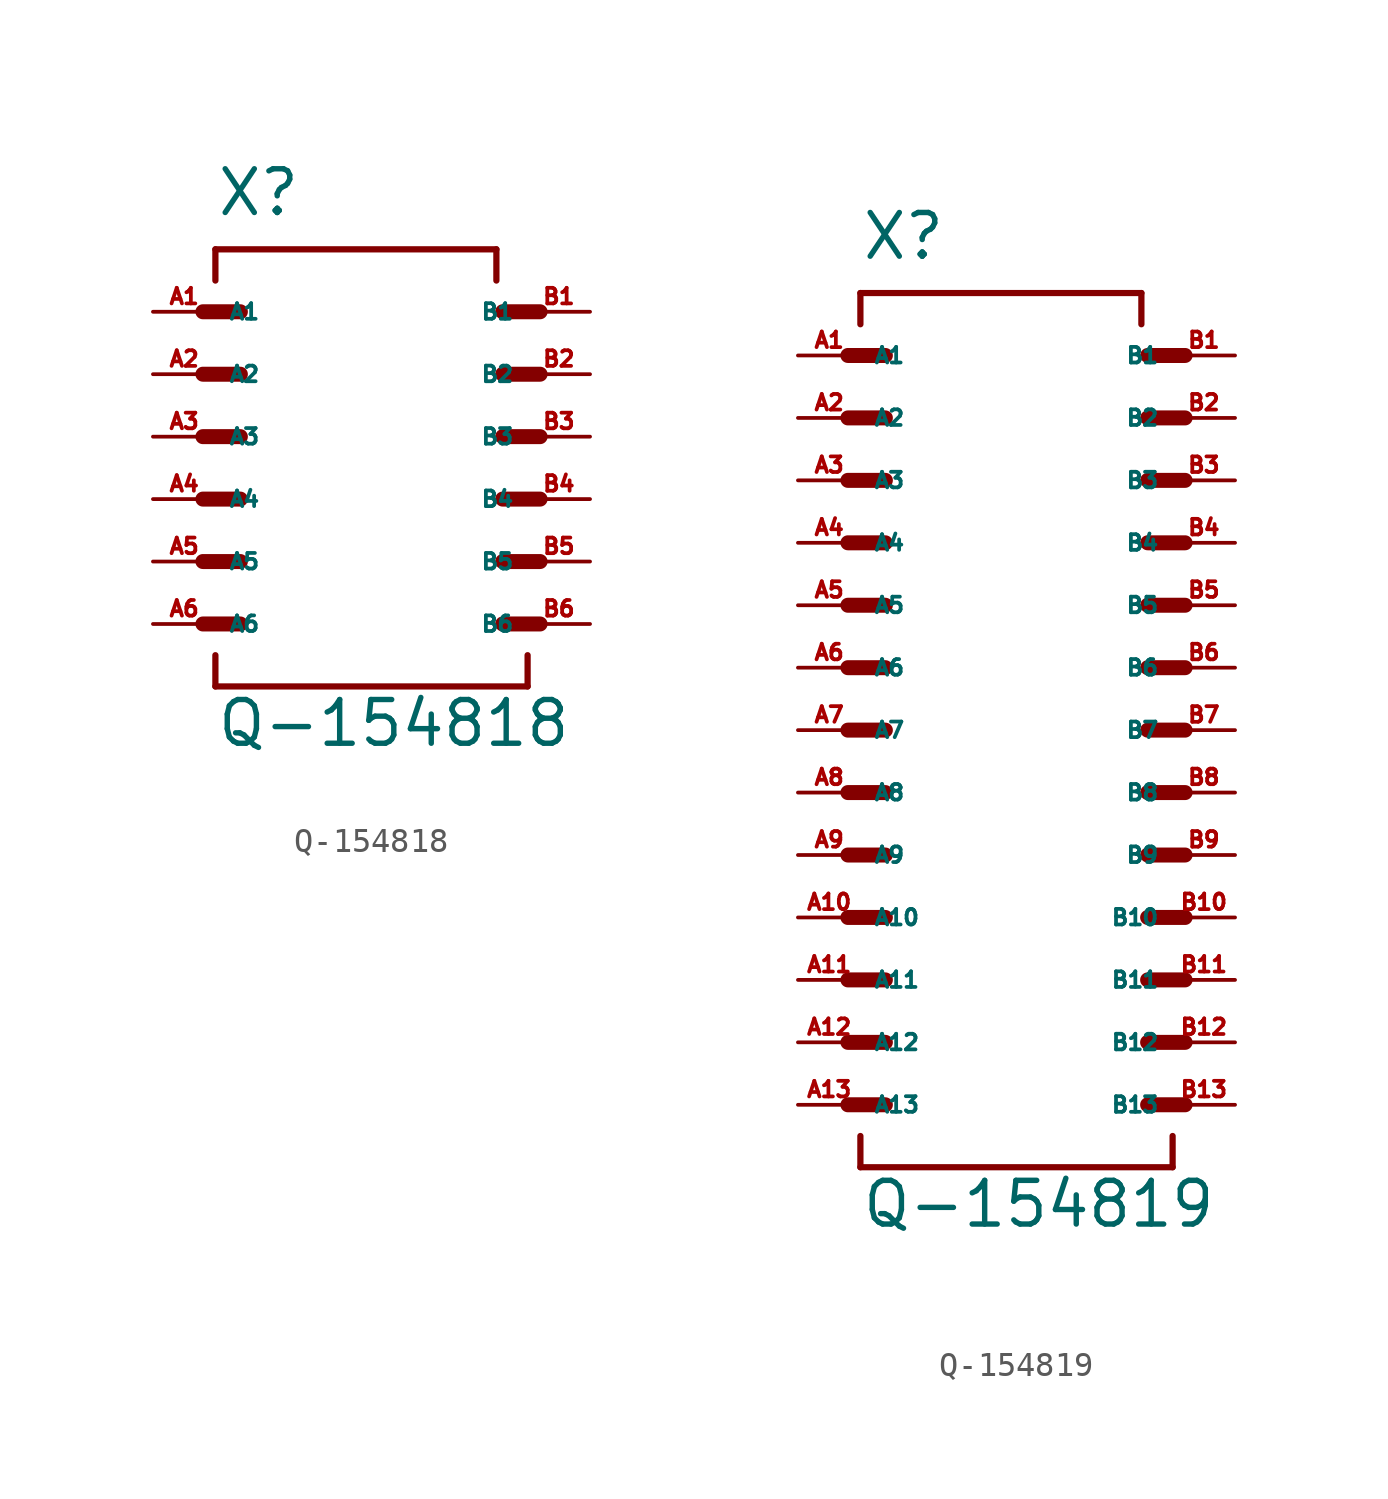
<source format=kicad_sym>
(kicad_symbol_lib
  (version 20220914)
  (generator Eagle2Kicad)
  (symbol "Q-154818"
    (property "Reference" "X"
      (at -5.08 8.89 0)
      (effects (font (size 1.778 1.778) (thickness 0.22)) (justify left bottom)))
    (property "Value" "Q-154818"
      (at -5.08 -12.7 0)
      (effects (font (size 1.778 1.778) (thickness 0.22)) (justify left bottom)))
    (polyline
      (pts (xy -5.588 5.08) (xy -4.064 5.08))
      (stroke (width 0.61) (type default))
      (fill (type none)))
    (polyline
      (pts (xy -5.588 2.54) (xy -4.064 2.54))
      (stroke (width 0.61) (type default))
      (fill (type none)))
    (polyline
      (pts (xy -5.588 0) (xy -4.064 0))
      (stroke (width 0.61) (type default))
      (fill (type none)))
    (polyline
      (pts (xy -5.588 -2.54) (xy -4.064 -2.54))
      (stroke (width 0.61) (type default))
      (fill (type none)))
    (polyline
      (pts (xy -5.588 -5.08) (xy -4.064 -5.08))
      (stroke (width 0.61) (type default))
      (fill (type none)))
    (polyline
      (pts (xy -5.588 -7.62) (xy -4.064 -7.62))
      (stroke (width 0.61) (type default))
      (fill (type none)))
    (polyline
      (pts (xy 8.128 -7.62) (xy 6.604 -7.62))
      (stroke (width 0.61) (type default))
      (fill (type none)))
    (polyline
      (pts (xy 8.128 -5.08) (xy 6.604 -5.08))
      (stroke (width 0.61) (type default))
      (fill (type none)))
    (polyline
      (pts (xy 8.128 -2.54) (xy 6.604 -2.54))
      (stroke (width 0.61) (type default))
      (fill (type none)))
    (polyline
      (pts (xy 8.128 0) (xy 6.604 0))
      (stroke (width 0.61) (type default))
      (fill (type none)))
    (polyline
      (pts (xy 8.128 2.54) (xy 6.604 2.54))
      (stroke (width 0.61) (type default))
      (fill (type none)))
    (polyline
      (pts (xy 8.128 5.08) (xy 6.604 5.08))
      (stroke (width 0.61) (type default))
      (fill (type none)))
    (polyline
      (pts (xy -5.08 6.35) (xy -5.08 7.62))
      (stroke (width 0.254) (type default))
      (fill (type none)))
    (polyline
      (pts (xy -5.08 7.62) (xy 6.35 7.62))
      (stroke (width 0.254) (type default))
      (fill (type none)))
    (polyline
      (pts (xy 6.35 7.62) (xy 6.35 6.35))
      (stroke (width 0.254) (type default))
      (fill (type none)))
    (polyline
      (pts (xy -5.08 -8.89) (xy -5.08 -10.16))
      (stroke (width 0.254) (type default))
      (fill (type none)))
    (polyline
      (pts (xy -5.08 -10.16) (xy 7.62 -10.16))
      (stroke (width 0.254) (type default))
      (fill (type none)))
    (polyline
      (pts (xy 7.62 -10.16) (xy 7.62 -8.89))
      (stroke (width 0.254) (type default))
      (fill (type none)))
    (pin passive line
      (at -7.62 5.08 0)
      (length 2.54)
      (name "A1" (effects (font (size 0.635 0.635) (thickness 0.08)) (justify left bottom)))
      (number "A1" (effects (font (size 0.635 0.635) (thickness 0.08)) (justify left bottom))))
    (pin passive line
      (at -7.62 2.54 0)
      (length 2.54)
      (name "A2" (effects (font (size 0.635 0.635) (thickness 0.08)) (justify left bottom)))
      (number "A2" (effects (font (size 0.635 0.635) (thickness 0.08)) (justify left bottom))))
    (pin passive line
      (at -7.62 0 0)
      (length 2.54)
      (name "A3" (effects (font (size 0.635 0.635) (thickness 0.08)) (justify left bottom)))
      (number "A3" (effects (font (size 0.635 0.635) (thickness 0.08)) (justify left bottom))))
    (pin passive line
      (at -7.62 -2.54 0)
      (length 2.54)
      (name "A4" (effects (font (size 0.635 0.635) (thickness 0.08)) (justify left bottom)))
      (number "A4" (effects (font (size 0.635 0.635) (thickness 0.08)) (justify left bottom))))
    (pin passive line
      (at -7.62 -5.08 0)
      (length 2.54)
      (name "A5" (effects (font (size 0.635 0.635) (thickness 0.08)) (justify left bottom)))
      (number "A5" (effects (font (size 0.635 0.635) (thickness 0.08)) (justify left bottom))))
    (pin passive line
      (at -7.62 -7.62 0)
      (length 2.54)
      (name "A6" (effects (font (size 0.635 0.635) (thickness 0.08)) (justify left bottom)))
      (number "A6" (effects (font (size 0.635 0.635) (thickness 0.08)) (justify left bottom))))
    (pin passive line
      (at 10.16 5.08 180)
      (length 2.54)
      (name "B1" (effects (font (size 0.635 0.635) (thickness 0.08)) (justify left bottom)))
      (number "B1" (effects (font (size 0.635 0.635) (thickness 0.08)) (justify left bottom))))
    (pin passive line
      (at 10.16 2.54 180)
      (length 2.54)
      (name "B2" (effects (font (size 0.635 0.635) (thickness 0.08)) (justify left bottom)))
      (number "B2" (effects (font (size 0.635 0.635) (thickness 0.08)) (justify left bottom))))
    (pin passive line
      (at 10.16 0 180)
      (length 2.54)
      (name "B3" (effects (font (size 0.635 0.635) (thickness 0.08)) (justify left bottom)))
      (number "B3" (effects (font (size 0.635 0.635) (thickness 0.08)) (justify left bottom))))
    (pin passive line
      (at 10.16 -2.54 180)
      (length 2.54)
      (name "B4" (effects (font (size 0.635 0.635) (thickness 0.08)) (justify left bottom)))
      (number "B4" (effects (font (size 0.635 0.635) (thickness 0.08)) (justify left bottom))))
    (pin passive line
      (at 10.16 -5.08 180)
      (length 2.54)
      (name "B5" (effects (font (size 0.635 0.635) (thickness 0.08)) (justify left bottom)))
      (number "B5" (effects (font (size 0.635 0.635) (thickness 0.08)) (justify left bottom))))
    (pin passive line
      (at 10.16 -7.62 180)
      (length 2.54)
      (name "B6" (effects (font (size 0.635 0.635) (thickness 0.08)) (justify left bottom)))
      (number "B6" (effects (font (size 0.635 0.635) (thickness 0.08)) (justify left bottom)))))
  (symbol "Q-154819"
    (property "Reference" "X"
      (at -5.08 19.05 0)
      (effects (font (size 1.778 1.778) (thickness 0.22)) (justify left bottom)))
    (property "Value" "Q-154819"
      (at -5.08 -20.32 0)
      (effects (font (size 1.778 1.778) (thickness 0.22)) (justify left bottom)))
    (polyline
      (pts (xy -5.588 15.24) (xy -4.064 15.24))
      (stroke (width 0.61) (type default))
      (fill (type none)))
    (polyline
      (pts (xy -5.588 12.7) (xy -4.064 12.7))
      (stroke (width 0.61) (type default))
      (fill (type none)))
    (polyline
      (pts (xy -5.588 10.16) (xy -4.064 10.16))
      (stroke (width 0.61) (type default))
      (fill (type none)))
    (polyline
      (pts (xy -5.588 7.62) (xy -4.064 7.62))
      (stroke (width 0.61) (type default))
      (fill (type none)))
    (polyline
      (pts (xy -5.588 5.08) (xy -4.064 5.08))
      (stroke (width 0.61) (type default))
      (fill (type none)))
    (polyline
      (pts (xy -5.588 2.54) (xy -4.064 2.54))
      (stroke (width 0.61) (type default))
      (fill (type none)))
    (polyline
      (pts (xy 8.128 2.54) (xy 6.604 2.54))
      (stroke (width 0.61) (type default))
      (fill (type none)))
    (polyline
      (pts (xy 8.128 5.08) (xy 6.604 5.08))
      (stroke (width 0.61) (type default))
      (fill (type none)))
    (polyline
      (pts (xy 8.128 7.62) (xy 6.604 7.62))
      (stroke (width 0.61) (type default))
      (fill (type none)))
    (polyline
      (pts (xy 8.128 10.16) (xy 6.604 10.16))
      (stroke (width 0.61) (type default))
      (fill (type none)))
    (polyline
      (pts (xy 8.128 12.7) (xy 6.604 12.7))
      (stroke (width 0.61) (type default))
      (fill (type none)))
    (polyline
      (pts (xy 8.128 15.24) (xy 6.604 15.24))
      (stroke (width 0.61) (type default))
      (fill (type none)))
    (polyline
      (pts (xy -5.08 16.51) (xy -5.08 17.78))
      (stroke (width 0.254) (type default))
      (fill (type none)))
    (polyline
      (pts (xy -5.08 17.78) (xy 6.35 17.78))
      (stroke (width 0.254) (type default))
      (fill (type none)))
    (polyline
      (pts (xy 6.35 17.78) (xy 6.35 16.51))
      (stroke (width 0.254) (type default))
      (fill (type none)))
    (polyline
      (pts (xy -5.08 -16.51) (xy -5.08 -17.78))
      (stroke (width 0.254) (type default))
      (fill (type none)))
    (polyline
      (pts (xy -5.08 -17.78) (xy 7.62 -17.78))
      (stroke (width 0.254) (type default))
      (fill (type none)))
    (polyline
      (pts (xy 7.62 -17.78) (xy 7.62 -16.51))
      (stroke (width 0.254) (type default))
      (fill (type none)))
    (polyline
      (pts (xy -5.588 0) (xy -4.064 0))
      (stroke (width 0.61) (type default))
      (fill (type none)))
    (polyline
      (pts (xy -5.588 -2.54) (xy -4.064 -2.54))
      (stroke (width 0.61) (type default))
      (fill (type none)))
    (polyline
      (pts (xy -5.588 -5.08) (xy -4.064 -5.08))
      (stroke (width 0.61) (type default))
      (fill (type none)))
    (polyline
      (pts (xy -5.588 -7.62) (xy -4.064 -7.62))
      (stroke (width 0.61) (type default))
      (fill (type none)))
    (polyline
      (pts (xy -5.588 -10.16) (xy -4.064 -10.16))
      (stroke (width 0.61) (type default))
      (fill (type none)))
    (polyline
      (pts (xy -5.588 -12.7) (xy -4.064 -12.7))
      (stroke (width 0.61) (type default))
      (fill (type none)))
    (polyline
      (pts (xy 8.128 -12.7) (xy 6.604 -12.7))
      (stroke (width 0.61) (type default))
      (fill (type none)))
    (polyline
      (pts (xy 8.128 -10.16) (xy 6.604 -10.16))
      (stroke (width 0.61) (type default))
      (fill (type none)))
    (polyline
      (pts (xy 8.128 -7.62) (xy 6.604 -7.62))
      (stroke (width 0.61) (type default))
      (fill (type none)))
    (polyline
      (pts (xy 8.128 -5.08) (xy 6.604 -5.08))
      (stroke (width 0.61) (type default))
      (fill (type none)))
    (polyline
      (pts (xy 8.128 -2.54) (xy 6.604 -2.54))
      (stroke (width 0.61) (type default))
      (fill (type none)))
    (polyline
      (pts (xy 8.128 0) (xy 6.604 0))
      (stroke (width 0.61) (type default))
      (fill (type none)))
    (polyline
      (pts (xy -5.588 -15.24) (xy -4.064 -15.24))
      (stroke (width 0.61) (type default))
      (fill (type none)))
    (polyline
      (pts (xy 8.128 -15.24) (xy 6.604 -15.24))
      (stroke (width 0.61) (type default))
      (fill (type none)))
    (pin passive line
      (at -7.62 15.24 0)
      (length 2.54)
      (name "A1" (effects (font (size 0.635 0.635) (thickness 0.08)) (justify left bottom)))
      (number "A1" (effects (font (size 0.635 0.635) (thickness 0.08)) (justify left bottom))))
    (pin passive line
      (at -7.62 12.7 0)
      (length 2.54)
      (name "A2" (effects (font (size 0.635 0.635) (thickness 0.08)) (justify left bottom)))
      (number "A2" (effects (font (size 0.635 0.635) (thickness 0.08)) (justify left bottom))))
    (pin passive line
      (at -7.62 10.16 0)
      (length 2.54)
      (name "A3" (effects (font (size 0.635 0.635) (thickness 0.08)) (justify left bottom)))
      (number "A3" (effects (font (size 0.635 0.635) (thickness 0.08)) (justify left bottom))))
    (pin passive line
      (at -7.62 7.62 0)
      (length 2.54)
      (name "A4" (effects (font (size 0.635 0.635) (thickness 0.08)) (justify left bottom)))
      (number "A4" (effects (font (size 0.635 0.635) (thickness 0.08)) (justify left bottom))))
    (pin passive line
      (at -7.62 5.08 0)
      (length 2.54)
      (name "A5" (effects (font (size 0.635 0.635) (thickness 0.08)) (justify left bottom)))
      (number "A5" (effects (font (size 0.635 0.635) (thickness 0.08)) (justify left bottom))))
    (pin passive line
      (at -7.62 2.54 0)
      (length 2.54)
      (name "A6" (effects (font (size 0.635 0.635) (thickness 0.08)) (justify left bottom)))
      (number "A6" (effects (font (size 0.635 0.635) (thickness 0.08)) (justify left bottom))))
    (pin passive line
      (at 10.16 15.24 180)
      (length 2.54)
      (name "B1" (effects (font (size 0.635 0.635) (thickness 0.08)) (justify left bottom)))
      (number "B1" (effects (font (size 0.635 0.635) (thickness 0.08)) (justify left bottom))))
    (pin passive line
      (at 10.16 12.7 180)
      (length 2.54)
      (name "B2" (effects (font (size 0.635 0.635) (thickness 0.08)) (justify left bottom)))
      (number "B2" (effects (font (size 0.635 0.635) (thickness 0.08)) (justify left bottom))))
    (pin passive line
      (at 10.16 10.16 180)
      (length 2.54)
      (name "B3" (effects (font (size 0.635 0.635) (thickness 0.08)) (justify left bottom)))
      (number "B3" (effects (font (size 0.635 0.635) (thickness 0.08)) (justify left bottom))))
    (pin passive line
      (at 10.16 7.62 180)
      (length 2.54)
      (name "B4" (effects (font (size 0.635 0.635) (thickness 0.08)) (justify left bottom)))
      (number "B4" (effects (font (size 0.635 0.635) (thickness 0.08)) (justify left bottom))))
    (pin passive line
      (at 10.16 5.08 180)
      (length 2.54)
      (name "B5" (effects (font (size 0.635 0.635) (thickness 0.08)) (justify left bottom)))
      (number "B5" (effects (font (size 0.635 0.635) (thickness 0.08)) (justify left bottom))))
    (pin passive line
      (at 10.16 2.54 180)
      (length 2.54)
      (name "B6" (effects (font (size 0.635 0.635) (thickness 0.08)) (justify left bottom)))
      (number "B6" (effects (font (size 0.635 0.635) (thickness 0.08)) (justify left bottom))))
    (pin passive line
      (at -7.62 0 0)
      (length 2.54)
      (name "A7" (effects (font (size 0.635 0.635) (thickness 0.08)) (justify left bottom)))
      (number "A7" (effects (font (size 0.635 0.635) (thickness 0.08)) (justify left bottom))))
    (pin passive line
      (at -7.62 -2.54 0)
      (length 2.54)
      (name "A8" (effects (font (size 0.635 0.635) (thickness 0.08)) (justify left bottom)))
      (number "A8" (effects (font (size 0.635 0.635) (thickness 0.08)) (justify left bottom))))
    (pin passive line
      (at -7.62 -5.08 0)
      (length 2.54)
      (name "A9" (effects (font (size 0.635 0.635) (thickness 0.08)) (justify left bottom)))
      (number "A9" (effects (font (size 0.635 0.635) (thickness 0.08)) (justify left bottom))))
    (pin passive line
      (at -7.62 -7.62 0)
      (length 2.54)
      (name "A10" (effects (font (size 0.635 0.635) (thickness 0.08)) (justify left bottom)))
      (number "A10" (effects (font (size 0.635 0.635) (thickness 0.08)) (justify left bottom))))
    (pin passive line
      (at -7.62 -10.16 0)
      (length 2.54)
      (name "A11" (effects (font (size 0.635 0.635) (thickness 0.08)) (justify left bottom)))
      (number "A11" (effects (font (size 0.635 0.635) (thickness 0.08)) (justify left bottom))))
    (pin passive line
      (at -7.62 -12.7 0)
      (length 2.54)
      (name "A12" (effects (font (size 0.635 0.635) (thickness 0.08)) (justify left bottom)))
      (number "A12" (effects (font (size 0.635 0.635) (thickness 0.08)) (justify left bottom))))
    (pin passive line
      (at 10.16 0 180)
      (length 2.54)
      (name "B7" (effects (font (size 0.635 0.635) (thickness 0.08)) (justify left bottom)))
      (number "B7" (effects (font (size 0.635 0.635) (thickness 0.08)) (justify left bottom))))
    (pin passive line
      (at 10.16 -2.54 180)
      (length 2.54)
      (name "B8" (effects (font (size 0.635 0.635) (thickness 0.08)) (justify left bottom)))
      (number "B8" (effects (font (size 0.635 0.635) (thickness 0.08)) (justify left bottom))))
    (pin passive line
      (at 10.16 -5.08 180)
      (length 2.54)
      (name "B9" (effects (font (size 0.635 0.635) (thickness 0.08)) (justify left bottom)))
      (number "B9" (effects (font (size 0.635 0.635) (thickness 0.08)) (justify left bottom))))
    (pin passive line
      (at 10.16 -7.62 180)
      (length 2.54)
      (name "B10" (effects (font (size 0.635 0.635) (thickness 0.08)) (justify left bottom)))
      (number "B10" (effects (font (size 0.635 0.635) (thickness 0.08)) (justify left bottom))))
    (pin passive line
      (at 10.16 -10.16 180)
      (length 2.54)
      (name "B11" (effects (font (size 0.635 0.635) (thickness 0.08)) (justify left bottom)))
      (number "B11" (effects (font (size 0.635 0.635) (thickness 0.08)) (justify left bottom))))
    (pin passive line
      (at 10.16 -12.7 180)
      (length 2.54)
      (name "B12" (effects (font (size 0.635 0.635) (thickness 0.08)) (justify left bottom)))
      (number "B12" (effects (font (size 0.635 0.635) (thickness 0.08)) (justify left bottom))))
    (pin passive line
      (at -7.62 -15.24 0)
      (length 2.54)
      (name "A13" (effects (font (size 0.635 0.635) (thickness 0.08)) (justify left bottom)))
      (number "A13" (effects (font (size 0.635 0.635) (thickness 0.08)) (justify left bottom))))
    (pin passive line
      (at 10.16 -15.24 180)
      (length 2.54)
      (name "B13" (effects (font (size 0.635 0.635) (thickness 0.08)) (justify left bottom)))
      (number "B13" (effects (font (size 0.635 0.635) (thickness 0.08)) (justify left bottom))))))
</source>
